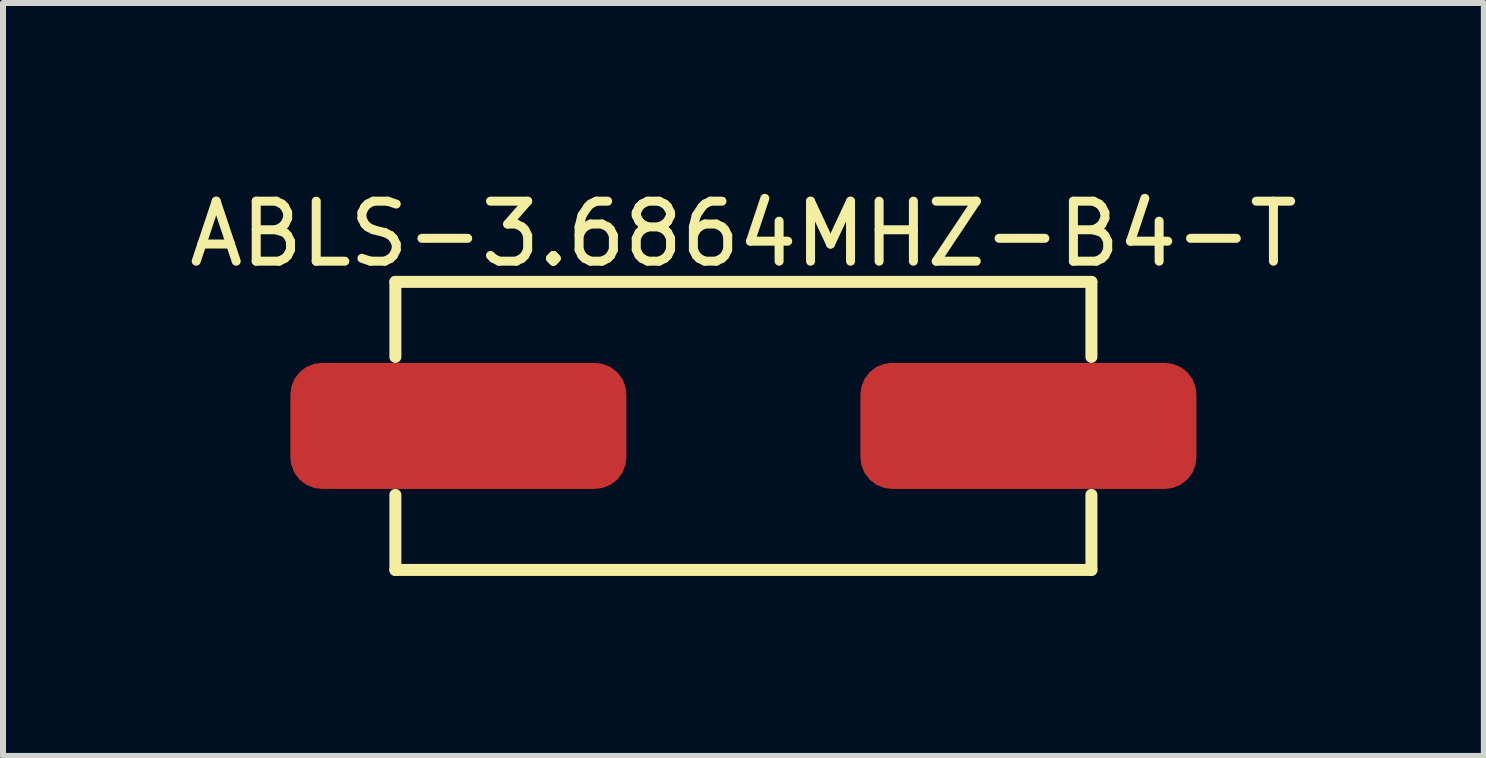
<source format=kicad_pcb>
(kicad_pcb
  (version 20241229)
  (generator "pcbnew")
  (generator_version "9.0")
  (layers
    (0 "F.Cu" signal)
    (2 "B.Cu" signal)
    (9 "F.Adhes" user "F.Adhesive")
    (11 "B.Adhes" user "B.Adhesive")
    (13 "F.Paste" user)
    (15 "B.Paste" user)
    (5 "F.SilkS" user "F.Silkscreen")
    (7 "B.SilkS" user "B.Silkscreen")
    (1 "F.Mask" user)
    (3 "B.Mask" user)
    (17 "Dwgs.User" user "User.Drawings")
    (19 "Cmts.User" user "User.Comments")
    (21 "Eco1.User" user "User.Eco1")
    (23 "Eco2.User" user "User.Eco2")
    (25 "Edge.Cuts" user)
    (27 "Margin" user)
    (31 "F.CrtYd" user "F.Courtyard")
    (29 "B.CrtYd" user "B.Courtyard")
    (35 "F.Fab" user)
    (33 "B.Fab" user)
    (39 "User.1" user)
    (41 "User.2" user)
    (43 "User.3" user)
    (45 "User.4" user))
  (footprint "ABLS-3.6864MHZ-B4-T"
    (layer "F.Cu")
    (at 9.339 4.048)
    (property "Reference" "ABLS-3.6864MHZ-B4-T" (at 0 -3.2 0) (layer "F.SilkS") (effects (font (size 1 1) (thickness 0.15))))
    (attr through_hole)
    (fp_line (start -5.8 -2.4) (end 5.8 -2.4) (stroke (width 0.2) (type solid)) (layer "F.SilkS"))
    (fp_line (start -5.8 -1.15) (end -5.8 -2.4) (stroke (width 0.2) (type solid)) (layer "F.SilkS"))
    (fp_line (start -5.8 1.15) (end -5.8 2.4) (stroke (width 0.2) (type solid)) (layer "F.SilkS"))
    (fp_line (start -5.8 2.4) (end 5.8 2.4) (stroke (width 0.2) (type solid)) (layer "F.SilkS"))
    (fp_line (start 5.8 -1.15) (end 5.8 -2.4) (stroke (width 0.2) (type solid)) (layer "F.SilkS"))
    (fp_line (start 5.8 1.15) (end 5.8 2.4) (stroke (width 0.2) (type solid)) (layer "F.SilkS"))
    (pad "1" smd roundrect (at -4.75 0) (size 5.6 2.1) (layers "F.Cu" "F.Mask" "F.Paste") (roundrect_rratio 0.25))
    (pad "2" smd roundrect (at 4.75 0) (size 5.6 2.1) (layers "F.Cu" "F.Mask" "F.Paste") (roundrect_rratio 0.25)))
  (gr_rect
    (start -3 -3)
    (end 21.679 9.548)
    (stroke (width 0.1) (type default))
    (fill no)
    (layer "Edge.Cuts")))
</source>
